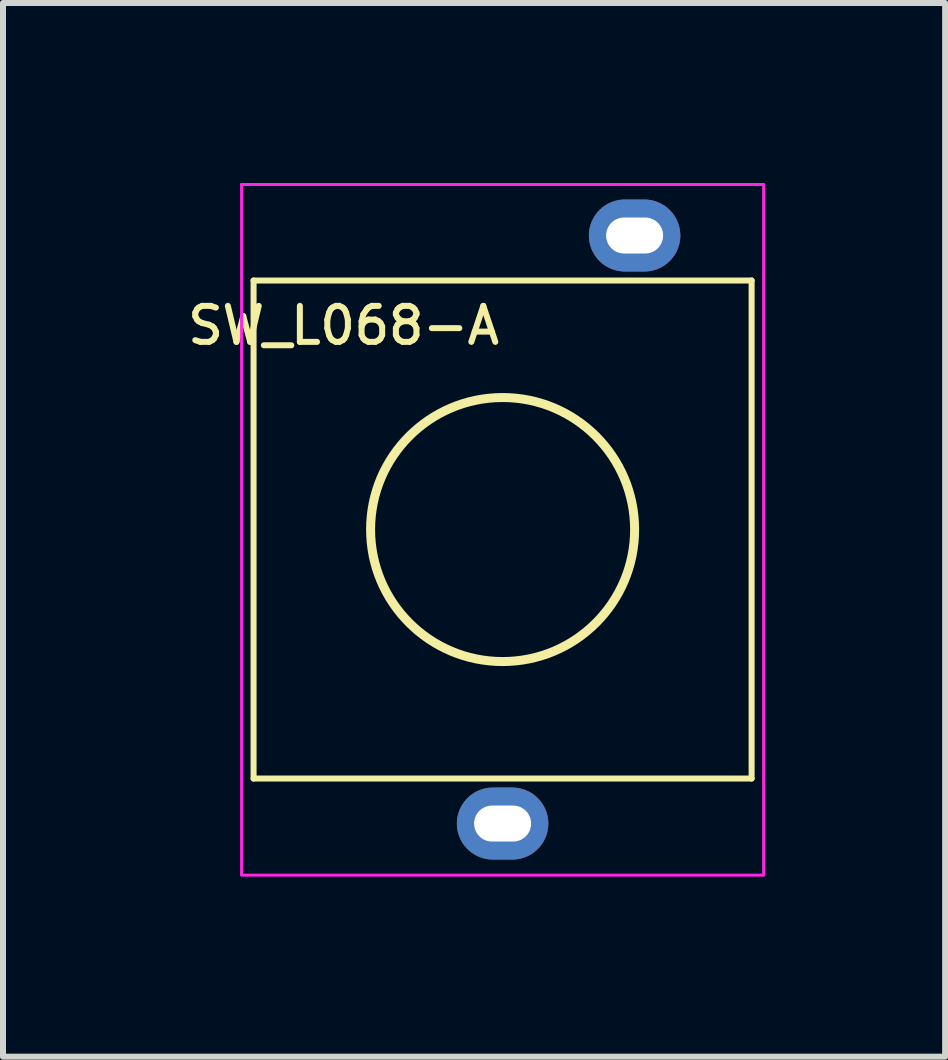
<source format=kicad_pcb>
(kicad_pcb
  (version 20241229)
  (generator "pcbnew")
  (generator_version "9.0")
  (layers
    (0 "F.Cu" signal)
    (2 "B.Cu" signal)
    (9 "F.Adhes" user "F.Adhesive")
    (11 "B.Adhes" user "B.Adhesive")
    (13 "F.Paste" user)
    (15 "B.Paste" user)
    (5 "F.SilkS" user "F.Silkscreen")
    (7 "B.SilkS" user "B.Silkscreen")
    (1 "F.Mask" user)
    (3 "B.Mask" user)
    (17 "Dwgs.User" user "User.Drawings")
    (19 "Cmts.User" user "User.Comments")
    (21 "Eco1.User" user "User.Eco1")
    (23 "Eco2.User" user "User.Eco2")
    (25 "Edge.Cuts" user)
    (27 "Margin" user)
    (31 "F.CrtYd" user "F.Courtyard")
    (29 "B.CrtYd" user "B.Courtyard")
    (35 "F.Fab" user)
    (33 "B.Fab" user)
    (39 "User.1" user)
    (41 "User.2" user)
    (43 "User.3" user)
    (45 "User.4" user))
  (footprint "SW_L068-A"
    (layer "F.Cu")
    (at 5.326 5.775)
    (property "Reference" "SW_L068-A" (at -2.65 -3.4 0) (layer "F.SilkS") (effects (font (size 0.6 0.6) (thickness 0.1))))
    (attr through_hole)
    (fp_line (start -4.15 -4.15) (end -4.15 4.15) (stroke (width 0.1) (type solid)) (layer "F.SilkS"))
    (fp_line (start -4.15 -4.15) (end 4.15 -4.15) (stroke (width 0.1) (type solid)) (layer "F.SilkS"))
    (fp_line (start -4.15 4.15) (end 4.15 4.15) (stroke (width 0.1) (type solid)) (layer "F.SilkS"))
    (fp_line (start 4.15 -4.15) (end 4.15 4.15) (stroke (width 0.1) (type solid)) (layer "F.SilkS"))
    (fp_circle (center 0 0) (end 2.2 0) (stroke (width 0.15) (type solid)) (fill no) (layer "F.SilkS"))
    (fp_line (start -4.35 -5.75) (end -4.35 5.75) (stroke (width 0.05) (type solid)) (layer "F.CrtYd"))
    (fp_line (start -4.35 -5.75) (end 4.35 -5.75) (stroke (width 0.05) (type solid)) (layer "F.CrtYd"))
    (fp_line (start -4.35 5.76) (end 4.35 5.76) (stroke (width 0.05) (type solid)) (layer "F.CrtYd"))
    (fp_line (start 4.35 -5.75) (end 4.35 5.75) (stroke (width 0.05) (type solid)) (layer "F.CrtYd"))
    (pad "1" thru_hole oval (at 0 4.9) (size 1.524 1.2) (drill oval 0.95 0.6) (layers "*.Cu" "*.Mask"))
    (pad "2" thru_hole oval (at 2.2 -4.9) (size 1.524 1.2) (drill oval 0.95 0.6) (layers "*.Cu" "*.Mask")))
  (gr_rect
    (start -3 -3)
    (end 12.701 14.56)
    (stroke (width 0.1) (type default))
    (fill no)
    (layer "Edge.Cuts")))
</source>
